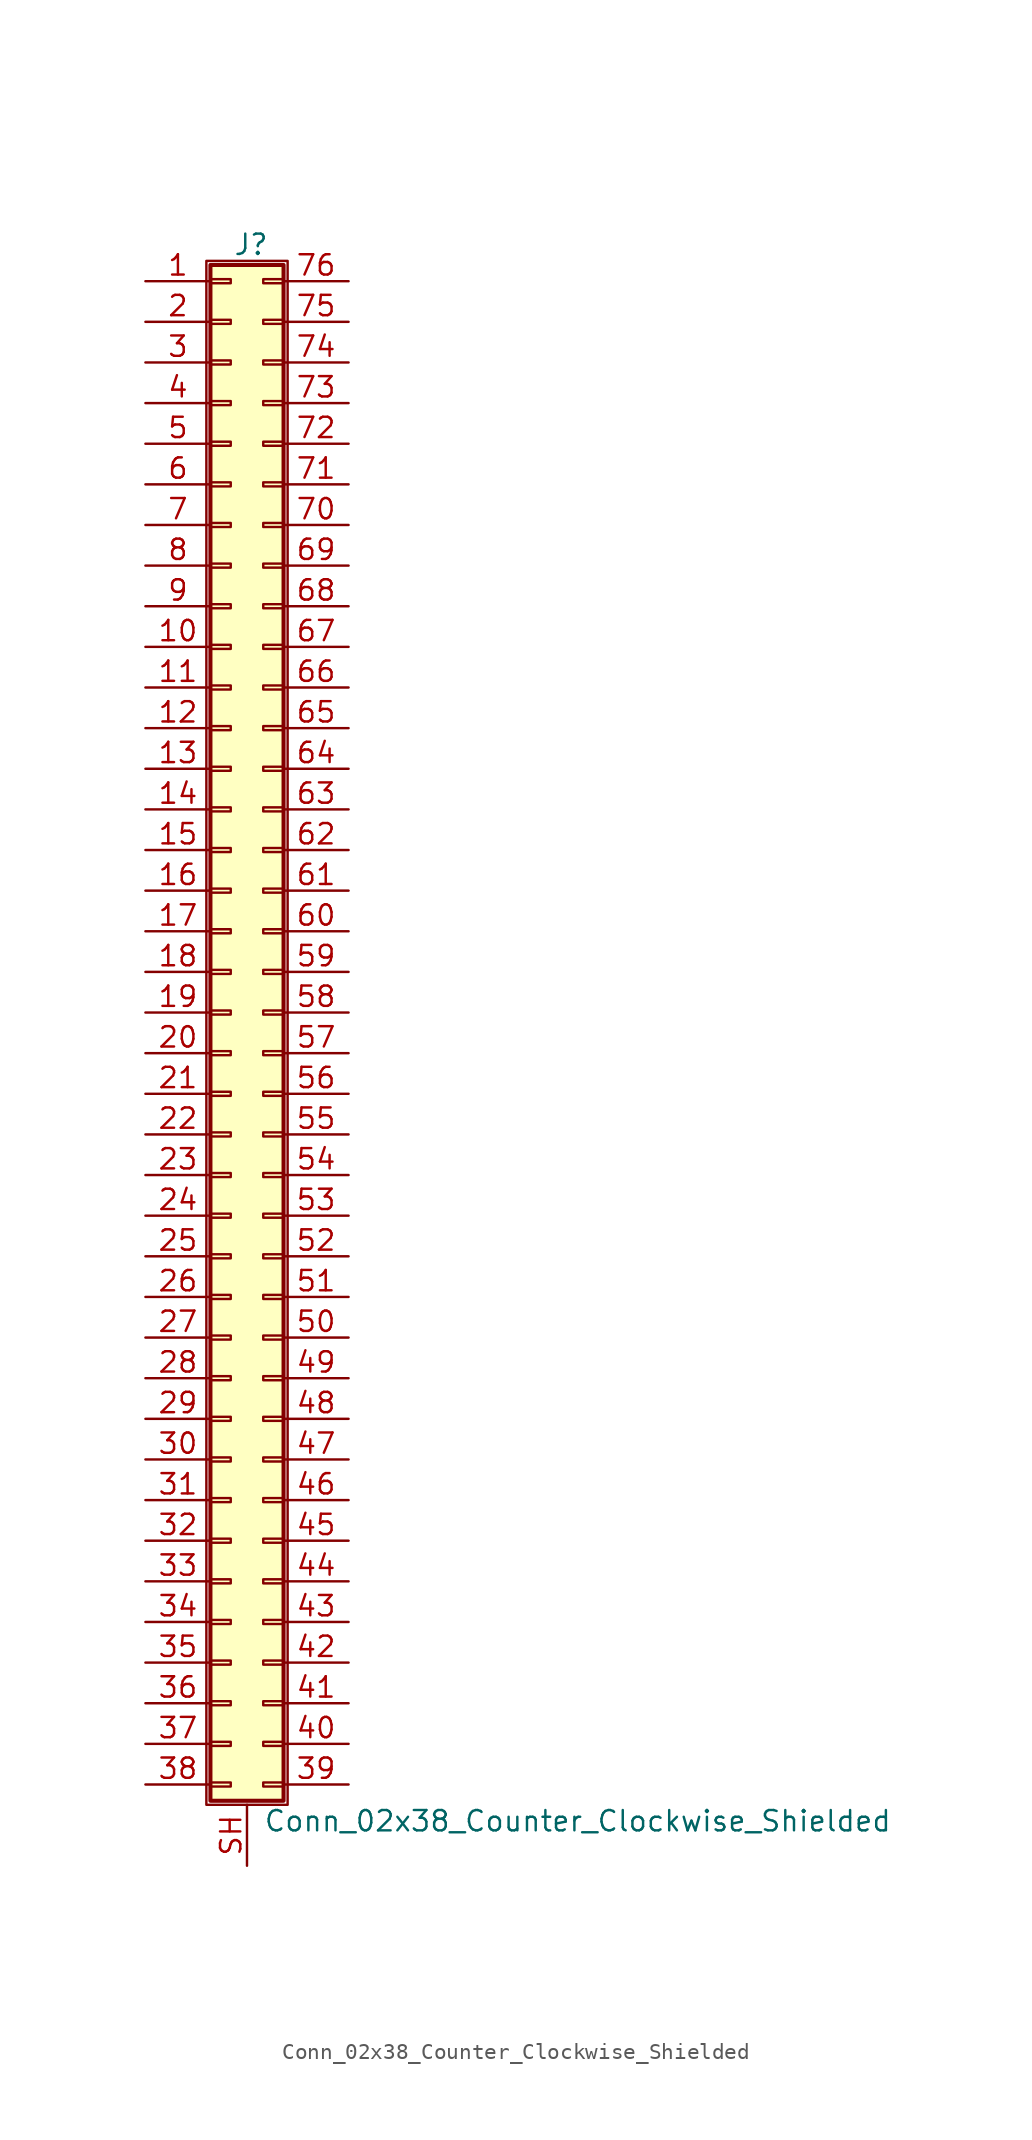
<source format=kicad_sym>
(kicad_symbol_lib
  (version 20201005)
  (generator kicad_symbol_editor)
  (symbol "Conn_02x38_Counter_Clockwise_Shielded"
    (pin_names
      (offset 1.016) hide)
    (property "Reference" "J"
      (at 1.524 48.006 0)
      (effects (font (size 1.27 1.27))))
    (property "Value" "Conn_02x38_Counter_Clockwise_Shielded"
      (at 2.286 -50.546 0)
      (effects (font (size 1.27 1.27)) (justify left)))
    (symbol "Conn_02x38_Counter_Clockwise_Shielded_1_1"
      (rectangle (start -1.27 46.99) (end 3.81 -49.53) (stroke (width 0.152)) (fill (type none)))
      (rectangle (start -1.016 -48.133) (end 0.254 -48.387) (stroke (width 0.152)) (fill (type none)))
      (rectangle (start -1.016 -45.593) (end 0.254 -45.847) (stroke (width 0.152)) (fill (type none)))
      (rectangle (start -1.016 -43.053) (end 0.254 -43.307) (stroke (width 0.152)) (fill (type none)))
      (rectangle (start -1.016 -40.513) (end 0.254 -40.767) (stroke (width 0.152)) (fill (type none)))
      (rectangle (start -1.016 -37.973) (end 0.254 -38.227) (stroke (width 0.152)) (fill (type none)))
      (rectangle (start -1.016 -35.433) (end 0.254 -35.687) (stroke (width 0.152)) (fill (type none)))
      (rectangle (start -1.016 -32.893) (end 0.254 -33.147) (stroke (width 0.152)) (fill (type none)))
      (rectangle (start -1.016 -30.353) (end 0.254 -30.607) (stroke (width 0.152)) (fill (type none)))
      (rectangle (start -1.016 -27.813) (end 0.254 -28.067) (stroke (width 0.152)) (fill (type none)))
      (rectangle (start -1.016 -25.273) (end 0.254 -25.527) (stroke (width 0.152)) (fill (type none)))
      (rectangle (start -1.016 -22.733) (end 0.254 -22.987) (stroke (width 0.152)) (fill (type none)))
      (rectangle (start -1.016 -20.193) (end 0.254 -20.447) (stroke (width 0.152)) (fill (type none)))
      (rectangle (start -1.016 -17.653) (end 0.254 -17.907) (stroke (width 0.152)) (fill (type none)))
      (rectangle (start -1.016 -15.113) (end 0.254 -15.367) (stroke (width 0.152)) (fill (type none)))
      (rectangle (start -1.016 -12.573) (end 0.254 -12.827) (stroke (width 0.152)) (fill (type none)))
      (rectangle (start -1.016 -10.033) (end 0.254 -10.287) (stroke (width 0.152)) (fill (type none)))
      (rectangle (start -1.016 -7.493) (end 0.254 -7.747) (stroke (width 0.152)) (fill (type none)))
      (rectangle (start -1.016 -4.953) (end 0.254 -5.207) (stroke (width 0.152)) (fill (type none)))
      (rectangle (start -1.016 -2.413) (end 0.254 -2.667) (stroke (width 0.152)) (fill (type none)))
      (rectangle (start -1.016 0.127) (end 0.254 -0.127) (stroke (width 0.152)) (fill (type none)))
      (rectangle (start -1.016 2.667) (end 0.254 2.413) (stroke (width 0.152)) (fill (type none)))
      (rectangle (start -1.016 5.207) (end 0.254 4.953) (stroke (width 0.152)) (fill (type none)))
      (rectangle (start -1.016 7.747) (end 0.254 7.493) (stroke (width 0.152)) (fill (type none)))
      (rectangle (start -1.016 10.287) (end 0.254 10.033) (stroke (width 0.152)) (fill (type none)))
      (rectangle (start -1.016 12.827) (end 0.254 12.573) (stroke (width 0.152)) (fill (type none)))
      (rectangle (start -1.016 15.367) (end 0.254 15.113) (stroke (width 0.152)) (fill (type none)))
      (rectangle (start -1.016 17.907) (end 0.254 17.653) (stroke (width 0.152)) (fill (type none)))
      (rectangle (start -1.016 20.447) (end 0.254 20.193) (stroke (width 0.152)) (fill (type none)))
      (rectangle (start -1.016 22.987) (end 0.254 22.733) (stroke (width 0.152)) (fill (type none)))
      (rectangle (start -1.016 25.527) (end 0.254 25.273) (stroke (width 0.152)) (fill (type none)))
      (rectangle (start -1.016 28.067) (end 0.254 27.813) (stroke (width 0.152)) (fill (type none)))
      (rectangle (start -1.016 30.607) (end 0.254 30.353) (stroke (width 0.152)) (fill (type none)))
      (rectangle (start -1.016 33.147) (end 0.254 32.893) (stroke (width 0.152)) (fill (type none)))
      (rectangle (start -1.016 35.687) (end 0.254 35.433) (stroke (width 0.152)) (fill (type none)))
      (rectangle (start -1.016 38.227) (end 0.254 37.973) (stroke (width 0.152)) (fill (type none)))
      (rectangle (start -1.016 40.767) (end 0.254 40.513) (stroke (width 0.152)) (fill (type none)))
      (rectangle (start -1.016 43.307) (end 0.254 43.053) (stroke (width 0.152)) (fill (type none)))
      (rectangle (start -1.016 45.847) (end 0.254 45.593) (stroke (width 0.152)) (fill (type none)))
      (rectangle (start 3.556 -48.133) (end 2.286 -48.387) (stroke (width 0.152)) (fill (type none)))
      (rectangle (start 3.556 -45.593) (end 2.286 -45.847) (stroke (width 0.152)) (fill (type none)))
      (rectangle (start 3.556 -43.053) (end 2.286 -43.307) (stroke (width 0.152)) (fill (type none)))
      (rectangle (start 3.556 -40.513) (end 2.286 -40.767) (stroke (width 0.152)) (fill (type none)))
      (rectangle (start 3.556 -37.973) (end 2.286 -38.227) (stroke (width 0.152)) (fill (type none)))
      (rectangle (start 3.556 -35.433) (end 2.286 -35.687) (stroke (width 0.152)) (fill (type none)))
      (rectangle (start 3.556 -32.893) (end 2.286 -33.147) (stroke (width 0.152)) (fill (type none)))
      (rectangle (start 3.556 -30.353) (end 2.286 -30.607) (stroke (width 0.152)) (fill (type none)))
      (rectangle (start 3.556 -27.813) (end 2.286 -28.067) (stroke (width 0.152)) (fill (type none)))
      (rectangle (start 3.556 -25.273) (end 2.286 -25.527) (stroke (width 0.152)) (fill (type none)))
      (rectangle (start 3.556 -22.733) (end 2.286 -22.987) (stroke (width 0.152)) (fill (type none)))
      (rectangle (start 3.556 -20.193) (end 2.286 -20.447) (stroke (width 0.152)) (fill (type none)))
      (rectangle (start 3.556 -17.653) (end 2.286 -17.907) (stroke (width 0.152)) (fill (type none)))
      (rectangle (start 3.556 -15.113) (end 2.286 -15.367) (stroke (width 0.152)) (fill (type none)))
      (rectangle (start 3.556 -12.573) (end 2.286 -12.827) (stroke (width 0.152)) (fill (type none)))
      (rectangle (start 3.556 -10.033) (end 2.286 -10.287) (stroke (width 0.152)) (fill (type none)))
      (rectangle (start 3.556 -7.493) (end 2.286 -7.747) (stroke (width 0.152)) (fill (type none)))
      (rectangle (start 3.556 -4.953) (end 2.286 -5.207) (stroke (width 0.152)) (fill (type none)))
      (rectangle (start 3.556 -2.413) (end 2.286 -2.667) (stroke (width 0.152)) (fill (type none)))
      (rectangle (start 3.556 0.127) (end 2.286 -0.127) (stroke (width 0.152)) (fill (type none)))
      (rectangle (start 3.556 2.667) (end 2.286 2.413) (stroke (width 0.152)) (fill (type none)))
      (rectangle (start 3.556 5.207) (end 2.286 4.953) (stroke (width 0.152)) (fill (type none)))
      (rectangle (start 3.556 7.747) (end 2.286 7.493) (stroke (width 0.152)) (fill (type none)))
      (rectangle (start 3.556 10.287) (end 2.286 10.033) (stroke (width 0.152)) (fill (type none)))
      (rectangle (start 3.556 12.827) (end 2.286 12.573) (stroke (width 0.152)) (fill (type none)))
      (rectangle (start 3.556 15.367) (end 2.286 15.113) (stroke (width 0.152)) (fill (type none)))
      (rectangle (start 3.556 17.907) (end 2.286 17.653) (stroke (width 0.152)) (fill (type none)))
      (rectangle (start 3.556 20.447) (end 2.286 20.193) (stroke (width 0.152)) (fill (type none)))
      (rectangle (start 3.556 22.987) (end 2.286 22.733) (stroke (width 0.152)) (fill (type none)))
      (rectangle (start 3.556 25.527) (end 2.286 25.273) (stroke (width 0.152)) (fill (type none)))
      (rectangle (start 3.556 28.067) (end 2.286 27.813) (stroke (width 0.152)) (fill (type none)))
      (rectangle (start 3.556 30.607) (end 2.286 30.353) (stroke (width 0.152)) (fill (type none)))
      (rectangle (start 3.556 33.147) (end 2.286 32.893) (stroke (width 0.152)) (fill (type none)))
      (rectangle (start 3.556 35.687) (end 2.286 35.433) (stroke (width 0.152)) (fill (type none)))
      (rectangle (start 3.556 38.227) (end 2.286 37.973) (stroke (width 0.152)) (fill (type none)))
      (rectangle (start 3.556 40.767) (end 2.286 40.513) (stroke (width 0.152)) (fill (type none)))
      (rectangle (start 3.556 43.307) (end 2.286 43.053) (stroke (width 0.152)) (fill (type none)))
      (rectangle (start 3.556 45.847) (end 2.286 45.593) (stroke (width 0.152)) (fill (type none)))
      (rectangle (start -1.016 46.736) (end 3.556 -49.276) (stroke (width 0.254)) (fill (type background)))
      (pin passive line (at -5.08 45.72 0) (length 4.064) (name "Pin_1" (effects (font (size 1.27 1.27)))) (number "1" (effects (font (size 1.27 1.27)))))
      (pin passive line (at -5.08 22.86 0) (length 4.064) (name "Pin_10" (effects (font (size 1.27 1.27)))) (number "10" (effects (font (size 1.27 1.27)))))
      (pin passive line (at -5.08 20.32 0) (length 4.064) (name "Pin_11" (effects (font (size 1.27 1.27)))) (number "11" (effects (font (size 1.27 1.27)))))
      (pin passive line (at -5.08 17.78 0) (length 4.064) (name "Pin_12" (effects (font (size 1.27 1.27)))) (number "12" (effects (font (size 1.27 1.27)))))
      (pin passive line (at -5.08 15.24 0) (length 4.064) (name "Pin_13" (effects (font (size 1.27 1.27)))) (number "13" (effects (font (size 1.27 1.27)))))
      (pin passive line (at -5.08 12.7 0) (length 4.064) (name "Pin_14" (effects (font (size 1.27 1.27)))) (number "14" (effects (font (size 1.27 1.27)))))
      (pin passive line (at -5.08 10.16 0) (length 4.064) (name "Pin_15" (effects (font (size 1.27 1.27)))) (number "15" (effects (font (size 1.27 1.27)))))
      (pin passive line (at -5.08 7.62 0) (length 4.064) (name "Pin_16" (effects (font (size 1.27 1.27)))) (number "16" (effects (font (size 1.27 1.27)))))
      (pin passive line (at -5.08 5.08 0) (length 4.064) (name "Pin_17" (effects (font (size 1.27 1.27)))) (number "17" (effects (font (size 1.27 1.27)))))
      (pin passive line (at -5.08 2.54 0) (length 4.064) (name "Pin_18" (effects (font (size 1.27 1.27)))) (number "18" (effects (font (size 1.27 1.27)))))
      (pin passive line (at -5.08 0 0) (length 4.064) (name "Pin_19" (effects (font (size 1.27 1.27)))) (number "19" (effects (font (size 1.27 1.27)))))
      (pin passive line (at -5.08 43.18 0) (length 4.064) (name "Pin_2" (effects (font (size 1.27 1.27)))) (number "2" (effects (font (size 1.27 1.27)))))
      (pin passive line (at -5.08 -2.54 0) (length 4.064) (name "Pin_20" (effects (font (size 1.27 1.27)))) (number "20" (effects (font (size 1.27 1.27)))))
      (pin passive line (at -5.08 -5.08 0) (length 4.064) (name "Pin_21" (effects (font (size 1.27 1.27)))) (number "21" (effects (font (size 1.27 1.27)))))
      (pin passive line (at -5.08 -7.62 0) (length 4.064) (name "Pin_22" (effects (font (size 1.27 1.27)))) (number "22" (effects (font (size 1.27 1.27)))))
      (pin passive line (at -5.08 -10.16 0) (length 4.064) (name "Pin_23" (effects (font (size 1.27 1.27)))) (number "23" (effects (font (size 1.27 1.27)))))
      (pin passive line (at -5.08 -12.7 0) (length 4.064) (name "Pin_24" (effects (font (size 1.27 1.27)))) (number "24" (effects (font (size 1.27 1.27)))))
      (pin passive line (at -5.08 -15.24 0) (length 4.064) (name "Pin_25" (effects (font (size 1.27 1.27)))) (number "25" (effects (font (size 1.27 1.27)))))
      (pin passive line (at -5.08 -17.78 0) (length 4.064) (name "Pin_26" (effects (font (size 1.27 1.27)))) (number "26" (effects (font (size 1.27 1.27)))))
      (pin passive line (at -5.08 -20.32 0) (length 4.064) (name "Pin_27" (effects (font (size 1.27 1.27)))) (number "27" (effects (font (size 1.27 1.27)))))
      (pin passive line (at -5.08 -22.86 0) (length 4.064) (name "Pin_28" (effects (font (size 1.27 1.27)))) (number "28" (effects (font (size 1.27 1.27)))))
      (pin passive line (at -5.08 -25.4 0) (length 4.064) (name "Pin_29" (effects (font (size 1.27 1.27)))) (number "29" (effects (font (size 1.27 1.27)))))
      (pin passive line (at -5.08 40.64 0) (length 4.064) (name "Pin_3" (effects (font (size 1.27 1.27)))) (number "3" (effects (font (size 1.27 1.27)))))
      (pin passive line (at -5.08 -27.94 0) (length 4.064) (name "Pin_30" (effects (font (size 1.27 1.27)))) (number "30" (effects (font (size 1.27 1.27)))))
      (pin passive line (at -5.08 -30.48 0) (length 4.064) (name "Pin_31" (effects (font (size 1.27 1.27)))) (number "31" (effects (font (size 1.27 1.27)))))
      (pin passive line (at -5.08 -33.02 0) (length 4.064) (name "Pin_32" (effects (font (size 1.27 1.27)))) (number "32" (effects (font (size 1.27 1.27)))))
      (pin passive line (at -5.08 -35.56 0) (length 4.064) (name "Pin_33" (effects (font (size 1.27 1.27)))) (number "33" (effects (font (size 1.27 1.27)))))
      (pin passive line (at -5.08 -38.1 0) (length 4.064) (name "Pin_34" (effects (font (size 1.27 1.27)))) (number "34" (effects (font (size 1.27 1.27)))))
      (pin passive line (at -5.08 -40.64 0) (length 4.064) (name "Pin_35" (effects (font (size 1.27 1.27)))) (number "35" (effects (font (size 1.27 1.27)))))
      (pin passive line (at -5.08 -43.18 0) (length 4.064) (name "Pin_36" (effects (font (size 1.27 1.27)))) (number "36" (effects (font (size 1.27 1.27)))))
      (pin passive line (at -5.08 -45.72 0) (length 4.064) (name "Pin_37" (effects (font (size 1.27 1.27)))) (number "37" (effects (font (size 1.27 1.27)))))
      (pin passive line (at -5.08 -48.26 0) (length 4.064) (name "Pin_38" (effects (font (size 1.27 1.27)))) (number "38" (effects (font (size 1.27 1.27)))))
      (pin passive line (at 7.62 -48.26 180) (length 4.064) (name "Pin_39" (effects (font (size 1.27 1.27)))) (number "39" (effects (font (size 1.27 1.27)))))
      (pin passive line (at -5.08 38.1 0) (length 4.064) (name "Pin_4" (effects (font (size 1.27 1.27)))) (number "4" (effects (font (size 1.27 1.27)))))
      (pin passive line (at 7.62 -45.72 180) (length 4.064) (name "Pin_40" (effects (font (size 1.27 1.27)))) (number "40" (effects (font (size 1.27 1.27)))))
      (pin passive line (at 7.62 -43.18 180) (length 4.064) (name "Pin_41" (effects (font (size 1.27 1.27)))) (number "41" (effects (font (size 1.27 1.27)))))
      (pin passive line (at 7.62 -40.64 180) (length 4.064) (name "Pin_42" (effects (font (size 1.27 1.27)))) (number "42" (effects (font (size 1.27 1.27)))))
      (pin passive line (at 7.62 -38.1 180) (length 4.064) (name "Pin_43" (effects (font (size 1.27 1.27)))) (number "43" (effects (font (size 1.27 1.27)))))
      (pin passive line (at 7.62 -35.56 180) (length 4.064) (name "Pin_44" (effects (font (size 1.27 1.27)))) (number "44" (effects (font (size 1.27 1.27)))))
      (pin passive line (at 7.62 -33.02 180) (length 4.064) (name "Pin_45" (effects (font (size 1.27 1.27)))) (number "45" (effects (font (size 1.27 1.27)))))
      (pin passive line (at 7.62 -30.48 180) (length 4.064) (name "Pin_46" (effects (font (size 1.27 1.27)))) (number "46" (effects (font (size 1.27 1.27)))))
      (pin passive line (at 7.62 -27.94 180) (length 4.064) (name "Pin_47" (effects (font (size 1.27 1.27)))) (number "47" (effects (font (size 1.27 1.27)))))
      (pin passive line (at 7.62 -25.4 180) (length 4.064) (name "Pin_48" (effects (font (size 1.27 1.27)))) (number "48" (effects (font (size 1.27 1.27)))))
      (pin passive line (at 7.62 -22.86 180) (length 4.064) (name "Pin_49" (effects (font (size 1.27 1.27)))) (number "49" (effects (font (size 1.27 1.27)))))
      (pin passive line (at -5.08 35.56 0) (length 4.064) (name "Pin_5" (effects (font (size 1.27 1.27)))) (number "5" (effects (font (size 1.27 1.27)))))
      (pin passive line (at 7.62 -20.32 180) (length 4.064) (name "Pin_50" (effects (font (size 1.27 1.27)))) (number "50" (effects (font (size 1.27 1.27)))))
      (pin passive line (at 7.62 -17.78 180) (length 4.064) (name "Pin_51" (effects (font (size 1.27 1.27)))) (number "51" (effects (font (size 1.27 1.27)))))
      (pin passive line (at 7.62 -15.24 180) (length 4.064) (name "Pin_52" (effects (font (size 1.27 1.27)))) (number "52" (effects (font (size 1.27 1.27)))))
      (pin passive line (at 7.62 -12.7 180) (length 4.064) (name "Pin_53" (effects (font (size 1.27 1.27)))) (number "53" (effects (font (size 1.27 1.27)))))
      (pin passive line (at 7.62 -10.16 180) (length 4.064) (name "Pin_54" (effects (font (size 1.27 1.27)))) (number "54" (effects (font (size 1.27 1.27)))))
      (pin passive line (at 7.62 -7.62 180) (length 4.064) (name "Pin_55" (effects (font (size 1.27 1.27)))) (number "55" (effects (font (size 1.27 1.27)))))
      (pin passive line (at 7.62 -5.08 180) (length 4.064) (name "Pin_56" (effects (font (size 1.27 1.27)))) (number "56" (effects (font (size 1.27 1.27)))))
      (pin passive line (at 7.62 -2.54 180) (length 4.064) (name "Pin_57" (effects (font (size 1.27 1.27)))) (number "57" (effects (font (size 1.27 1.27)))))
      (pin passive line (at 7.62 0 180) (length 4.064) (name "Pin_58" (effects (font (size 1.27 1.27)))) (number "58" (effects (font (size 1.27 1.27)))))
      (pin passive line (at 7.62 2.54 180) (length 4.064) (name "Pin_59" (effects (font (size 1.27 1.27)))) (number "59" (effects (font (size 1.27 1.27)))))
      (pin passive line (at -5.08 33.02 0) (length 4.064) (name "Pin_6" (effects (font (size 1.27 1.27)))) (number "6" (effects (font (size 1.27 1.27)))))
      (pin passive line (at 7.62 5.08 180) (length 4.064) (name "Pin_60" (effects (font (size 1.27 1.27)))) (number "60" (effects (font (size 1.27 1.27)))))
      (pin passive line (at 7.62 7.62 180) (length 4.064) (name "Pin_61" (effects (font (size 1.27 1.27)))) (number "61" (effects (font (size 1.27 1.27)))))
      (pin passive line (at 7.62 10.16 180) (length 4.064) (name "Pin_62" (effects (font (size 1.27 1.27)))) (number "62" (effects (font (size 1.27 1.27)))))
      (pin passive line (at 7.62 12.7 180) (length 4.064) (name "Pin_63" (effects (font (size 1.27 1.27)))) (number "63" (effects (font (size 1.27 1.27)))))
      (pin passive line (at 7.62 15.24 180) (length 4.064) (name "Pin_64" (effects (font (size 1.27 1.27)))) (number "64" (effects (font (size 1.27 1.27)))))
      (pin passive line (at 7.62 17.78 180) (length 4.064) (name "Pin_65" (effects (font (size 1.27 1.27)))) (number "65" (effects (font (size 1.27 1.27)))))
      (pin passive line (at 7.62 20.32 180) (length 4.064) (name "Pin_66" (effects (font (size 1.27 1.27)))) (number "66" (effects (font (size 1.27 1.27)))))
      (pin passive line (at 7.62 22.86 180) (length 4.064) (name "Pin_67" (effects (font (size 1.27 1.27)))) (number "67" (effects (font (size 1.27 1.27)))))
      (pin passive line (at 7.62 25.4 180) (length 4.064) (name "Pin_68" (effects (font (size 1.27 1.27)))) (number "68" (effects (font (size 1.27 1.27)))))
      (pin passive line (at 7.62 27.94 180) (length 4.064) (name "Pin_69" (effects (font (size 1.27 1.27)))) (number "69" (effects (font (size 1.27 1.27)))))
      (pin passive line (at -5.08 30.48 0) (length 4.064) (name "Pin_7" (effects (font (size 1.27 1.27)))) (number "7" (effects (font (size 1.27 1.27)))))
      (pin passive line (at 7.62 30.48 180) (length 4.064) (name "Pin_70" (effects (font (size 1.27 1.27)))) (number "70" (effects (font (size 1.27 1.27)))))
      (pin passive line (at 7.62 33.02 180) (length 4.064) (name "Pin_71" (effects (font (size 1.27 1.27)))) (number "71" (effects (font (size 1.27 1.27)))))
      (pin passive line (at 7.62 35.56 180) (length 4.064) (name "Pin_72" (effects (font (size 1.27 1.27)))) (number "72" (effects (font (size 1.27 1.27)))))
      (pin passive line (at 7.62 38.1 180) (length 4.064) (name "Pin_73" (effects (font (size 1.27 1.27)))) (number "73" (effects (font (size 1.27 1.27)))))
      (pin passive line (at 7.62 40.64 180) (length 4.064) (name "Pin_74" (effects (font (size 1.27 1.27)))) (number "74" (effects (font (size 1.27 1.27)))))
      (pin passive line (at 7.62 43.18 180) (length 4.064) (name "Pin_75" (effects (font (size 1.27 1.27)))) (number "75" (effects (font (size 1.27 1.27)))))
      (pin passive line (at 7.62 45.72 180) (length 4.064) (name "Pin_76" (effects (font (size 1.27 1.27)))) (number "76" (effects (font (size 1.27 1.27)))))
      (pin passive line (at -5.08 27.94 0) (length 4.064) (name "Pin_8" (effects (font (size 1.27 1.27)))) (number "8" (effects (font (size 1.27 1.27)))))
      (pin passive line (at -5.08 25.4 0) (length 4.064) (name "Pin_9" (effects (font (size 1.27 1.27)))) (number "9" (effects (font (size 1.27 1.27)))))
      (pin passive line (at 1.27 -53.34 90) (length 3.81) (name "Shield" (effects (font (size 1.27 1.27)))) (number "SH" (effects (font (size 1.27 1.27))))))))
</source>
